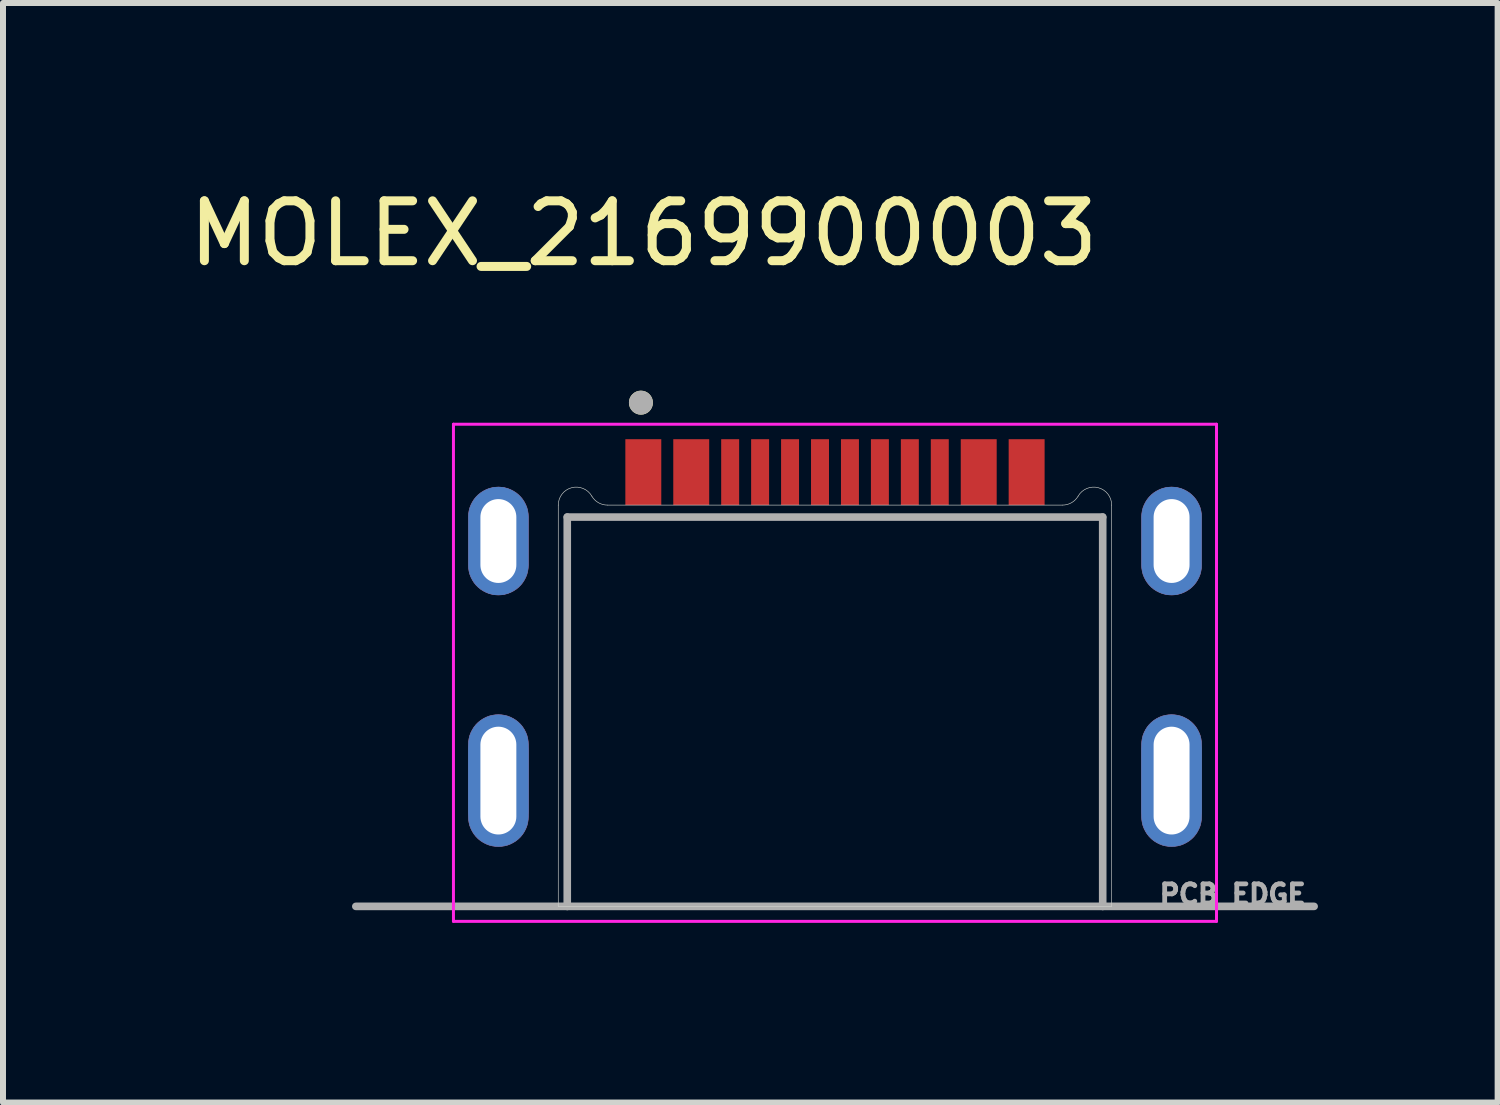
<source format=kicad_pcb>
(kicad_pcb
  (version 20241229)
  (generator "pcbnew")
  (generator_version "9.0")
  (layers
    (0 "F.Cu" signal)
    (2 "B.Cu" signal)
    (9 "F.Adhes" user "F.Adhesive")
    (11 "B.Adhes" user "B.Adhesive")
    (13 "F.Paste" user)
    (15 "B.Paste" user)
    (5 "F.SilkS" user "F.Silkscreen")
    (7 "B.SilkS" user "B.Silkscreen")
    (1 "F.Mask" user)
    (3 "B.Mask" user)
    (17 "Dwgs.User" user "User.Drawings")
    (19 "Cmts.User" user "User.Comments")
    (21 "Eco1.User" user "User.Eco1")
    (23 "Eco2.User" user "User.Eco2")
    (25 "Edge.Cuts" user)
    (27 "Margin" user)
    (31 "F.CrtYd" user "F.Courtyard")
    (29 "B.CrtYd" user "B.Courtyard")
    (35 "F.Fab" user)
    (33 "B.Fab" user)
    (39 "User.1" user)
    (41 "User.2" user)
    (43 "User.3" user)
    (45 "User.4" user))
  (footprint "MOLEX_2169900003"
    (layer "F.Cu")
    (at 10.891 9.983)
    (property "Reference" "MOLEX_2169900003" (at -3.195 -9.135 0) (layer "F.SilkS") (effects (font (size 1 1) (thickness 0.15))))
    (attr smd)
    (fp_poly (pts (xy -6.12 -0.6) (xy -6.12 0.6) (xy -6.117 0.652) (xy -6.109 0.704) (xy -6.096 0.755) (xy -6.077 0.803) (xy -6.053 0.85) (xy -6.025 0.894) (xy -5.992 0.935) (xy -5.955 0.972) (xy -5.914 1.005) (xy -5.87 1.033) (xy -5.823 1.057) (xy -5.775 1.076) (xy -5.724 1.089) (xy -5.672 1.097) (xy -5.62 1.1) (xy -5.568 1.097) (xy -5.516 1.089) (xy -5.465 1.076) (xy -5.417 1.057) (xy -5.37 1.033) (xy -5.326 1.005) (xy -5.285 0.972) (xy -5.248 0.935) (xy -5.215 0.894) (xy -5.187 0.85) (xy -5.163 0.803) (xy -5.144 0.755) (xy -5.131 0.704) (xy -5.123 0.652) (xy -5.12 0.6) (xy -5.12 -0.6) (xy -5.123 -0.652) (xy -5.131 -0.704) (xy -5.144 -0.755) (xy -5.163 -0.803) (xy -5.187 -0.85) (xy -5.215 -0.894) (xy -5.248 -0.935) (xy -5.285 -0.972) (xy -5.326 -1.005) (xy -5.37 -1.033) (xy -5.417 -1.057) (xy -5.465 -1.076) (xy -5.516 -1.089) (xy -5.568 -1.097) (xy -5.62 -1.1) (xy -5.672 -1.097) (xy -5.724 -1.089) (xy -5.775 -1.076) (xy -5.823 -1.057) (xy -5.87 -1.033) (xy -5.914 -1.005) (xy -5.955 -0.972) (xy -5.992 -0.935) (xy -6.025 -0.894) (xy -6.053 -0.85) (xy -6.077 -0.803) (xy -6.096 -0.755) (xy -6.109 -0.704) (xy -6.117 -0.652) (xy -6.12 -0.6)) (stroke (width 0.01) (type solid)) (fill yes) (layer "F.Cu"))
    (fp_poly (pts (xy -5.12 -3.6) (xy -5.123 -3.548) (xy -5.131 -3.496) (xy -5.144 -3.445) (xy -5.163 -3.397) (xy -5.187 -3.35) (xy -5.215 -3.306) (xy -5.248 -3.265) (xy -5.285 -3.228) (xy -5.326 -3.195) (xy -5.37 -3.167) (xy -5.417 -3.143) (xy -5.465 -3.124) (xy -5.516 -3.111) (xy -5.568 -3.103) (xy -5.62 -3.1) (xy -5.672 -3.103) (xy -5.724 -3.111) (xy -5.775 -3.124) (xy -5.823 -3.143) (xy -5.87 -3.167) (xy -5.914 -3.195) (xy -5.955 -3.228) (xy -5.992 -3.265) (xy -6.025 -3.306) (xy -6.053 -3.35) (xy -6.077 -3.397) (xy -6.096 -3.445) (xy -6.109 -3.496) (xy -6.117 -3.548) (xy -6.12 -3.6) (xy -6.12 -4.4) (xy -6.117 -4.452) (xy -6.109 -4.504) (xy -6.096 -4.555) (xy -6.077 -4.603) (xy -6.053 -4.65) (xy -6.025 -4.694) (xy -5.992 -4.735) (xy -5.955 -4.772) (xy -5.914 -4.805) (xy -5.87 -4.833) (xy -5.823 -4.857) (xy -5.775 -4.876) (xy -5.724 -4.889) (xy -5.672 -4.897) (xy -5.62 -4.9) (xy -5.568 -4.897) (xy -5.516 -4.889) (xy -5.465 -4.876) (xy -5.417 -4.857) (xy -5.37 -4.833) (xy -5.326 -4.805) (xy -5.285 -4.772) (xy -5.248 -4.735) (xy -5.215 -4.694) (xy -5.187 -4.65) (xy -5.163 -4.603) (xy -5.144 -4.555) (xy -5.131 -4.504) (xy -5.123 -4.452) (xy -5.12 -4.4) (xy -5.12 -3.6)) (stroke (width 0.01) (type solid)) (fill yes) (layer "F.Cu"))
    (fp_poly (pts (xy 5.12 -4.4) (xy 5.12 -3.6) (xy 5.123 -3.548) (xy 5.131 -3.496) (xy 5.144 -3.445) (xy 5.163 -3.397) (xy 5.187 -3.35) (xy 5.215 -3.306) (xy 5.248 -3.265) (xy 5.285 -3.228) (xy 5.326 -3.195) (xy 5.37 -3.167) (xy 5.417 -3.143) (xy 5.465 -3.124) (xy 5.516 -3.111) (xy 5.568 -3.103) (xy 5.62 -3.1) (xy 5.672 -3.103) (xy 5.724 -3.111) (xy 5.775 -3.124) (xy 5.823 -3.143) (xy 5.87 -3.167) (xy 5.914 -3.195) (xy 5.955 -3.228) (xy 5.992 -3.265) (xy 6.025 -3.306) (xy 6.053 -3.35) (xy 6.077 -3.397) (xy 6.096 -3.445) (xy 6.109 -3.496) (xy 6.117 -3.548) (xy 6.12 -3.6) (xy 6.12 -4.4) (xy 6.117 -4.452) (xy 6.109 -4.504) (xy 6.096 -4.555) (xy 6.077 -4.603) (xy 6.053 -4.65) (xy 6.025 -4.694) (xy 5.992 -4.735) (xy 5.955 -4.772) (xy 5.914 -4.805) (xy 5.87 -4.833) (xy 5.823 -4.857) (xy 5.775 -4.876) (xy 5.724 -4.889) (xy 5.672 -4.897) (xy 5.62 -4.9) (xy 5.568 -4.897) (xy 5.516 -4.889) (xy 5.465 -4.876) (xy 5.417 -4.857) (xy 5.37 -4.833) (xy 5.326 -4.805) (xy 5.285 -4.772) (xy 5.248 -4.735) (xy 5.215 -4.694) (xy 5.187 -4.65) (xy 5.163 -4.603) (xy 5.144 -4.555) (xy 5.131 -4.504) (xy 5.123 -4.452) (xy 5.12 -4.4)) (stroke (width 0.01) (type solid)) (fill yes) (layer "F.Cu"))
    (fp_poly (pts (xy 5.12 -0.6) (xy 5.12 0.6) (xy 5.123 0.652) (xy 5.131 0.704) (xy 5.144 0.755) (xy 5.163 0.803) (xy 5.187 0.85) (xy 5.215 0.894) (xy 5.248 0.935) (xy 5.285 0.972) (xy 5.326 1.005) (xy 5.37 1.033) (xy 5.417 1.057) (xy 5.465 1.076) (xy 5.516 1.089) (xy 5.568 1.097) (xy 5.62 1.1) (xy 5.672 1.097) (xy 5.724 1.089) (xy 5.775 1.076) (xy 5.823 1.057) (xy 5.87 1.033) (xy 5.914 1.005) (xy 5.955 0.972) (xy 5.992 0.935) (xy 6.025 0.894) (xy 6.053 0.85) (xy 6.077 0.803) (xy 6.096 0.755) (xy 6.109 0.704) (xy 6.117 0.652) (xy 6.12 0.6) (xy 6.12 -0.6) (xy 6.117 -0.652) (xy 6.109 -0.704) (xy 6.096 -0.755) (xy 6.077 -0.803) (xy 6.053 -0.85) (xy 6.025 -0.894) (xy 5.992 -0.935) (xy 5.955 -0.972) (xy 5.914 -1.005) (xy 5.87 -1.033) (xy 5.823 -1.057) (xy 5.775 -1.076) (xy 5.724 -1.089) (xy 5.672 -1.097) (xy 5.62 -1.1) (xy 5.568 -1.097) (xy 5.516 -1.089) (xy 5.465 -1.076) (xy 5.417 -1.057) (xy 5.37 -1.033) (xy 5.326 -1.005) (xy 5.285 -0.972) (xy 5.248 -0.935) (xy 5.215 -0.894) (xy 5.187 -0.85) (xy 5.163 -0.803) (xy 5.144 -0.755) (xy 5.131 -0.704) (xy 5.123 -0.652) (xy 5.12 -0.6)) (stroke (width 0.01) (type solid)) (fill yes) (layer "F.Cu"))
    (fp_poly (pts (xy -6.22 -4.4) (xy -6.22 -3.6) (xy -6.217 -3.537) (xy -6.207 -3.475) (xy -6.191 -3.415) (xy -6.168 -3.356) (xy -6.14 -3.3) (xy -6.105 -3.247) (xy -6.066 -3.199) (xy -6.021 -3.154) (xy -5.973 -3.115) (xy -5.92 -3.08) (xy -5.864 -3.052) (xy -5.805 -3.029) (xy -5.745 -3.013) (xy -5.683 -3.003) (xy -5.62 -3) (xy -5.557 -3.003) (xy -5.495 -3.013) (xy -5.435 -3.029) (xy -5.376 -3.052) (xy -5.32 -3.08) (xy -5.267 -3.115) (xy -5.219 -3.154) (xy -5.174 -3.199) (xy -5.135 -3.247) (xy -5.1 -3.3) (xy -5.072 -3.356) (xy -5.049 -3.415) (xy -5.033 -3.475) (xy -5.023 -3.537) (xy -5.02 -3.6) (xy -5.02 -4.4) (xy -5.023 -4.463) (xy -5.033 -4.525) (xy -5.049 -4.585) (xy -5.072 -4.644) (xy -5.1 -4.7) (xy -5.135 -4.753) (xy -5.174 -4.801) (xy -5.219 -4.846) (xy -5.267 -4.885) (xy -5.32 -4.92) (xy -5.376 -4.948) (xy -5.435 -4.971) (xy -5.495 -4.987) (xy -5.557 -4.997) (xy -5.62 -5) (xy -5.683 -4.997) (xy -5.745 -4.987) (xy -5.805 -4.971) (xy -5.864 -4.948) (xy -5.92 -4.92) (xy -5.973 -4.885) (xy -6.021 -4.846) (xy -6.066 -4.801) (xy -6.105 -4.753) (xy -6.14 -4.7) (xy -6.168 -4.644) (xy -6.191 -4.585) (xy -6.207 -4.525) (xy -6.217 -4.463) (xy -6.22 -4.4)) (stroke (width 0.01) (type solid)) (fill yes) (layer "F.Mask"))
    (fp_poly (pts (xy -5.02 0.6) (xy -5.023 0.663) (xy -5.033 0.725) (xy -5.049 0.785) (xy -5.072 0.844) (xy -5.1 0.9) (xy -5.135 0.953) (xy -5.174 1.001) (xy -5.219 1.046) (xy -5.267 1.085) (xy -5.32 1.12) (xy -5.376 1.148) (xy -5.435 1.171) (xy -5.495 1.187) (xy -5.557 1.197) (xy -5.62 1.2) (xy -5.683 1.197) (xy -5.745 1.187) (xy -5.805 1.171) (xy -5.864 1.148) (xy -5.92 1.12) (xy -5.973 1.085) (xy -6.021 1.046) (xy -6.066 1.001) (xy -6.105 0.953) (xy -6.14 0.9) (xy -6.168 0.844) (xy -6.191 0.785) (xy -6.207 0.725) (xy -6.217 0.663) (xy -6.22 0.6) (xy -6.22 -0.6) (xy -6.217 -0.663) (xy -6.207 -0.725) (xy -6.191 -0.785) (xy -6.168 -0.844) (xy -6.14 -0.9) (xy -6.105 -0.953) (xy -6.066 -1.001) (xy -6.021 -1.046) (xy -5.973 -1.085) (xy -5.92 -1.12) (xy -5.864 -1.148) (xy -5.805 -1.171) (xy -5.745 -1.187) (xy -5.683 -1.197) (xy -5.62 -1.2) (xy -5.557 -1.197) (xy -5.495 -1.187) (xy -5.435 -1.171) (xy -5.376 -1.148) (xy -5.32 -1.12) (xy -5.267 -1.085) (xy -5.219 -1.046) (xy -5.174 -1.001) (xy -5.135 -0.953) (xy -5.1 -0.9) (xy -5.072 -0.844) (xy -5.049 -0.785) (xy -5.033 -0.725) (xy -5.023 -0.663) (xy -5.02 -0.6) (xy -5.02 0.6)) (stroke (width 0.01) (type solid)) (fill yes) (layer "F.Mask"))
    (fp_poly (pts (xy 5.02 -0.6) (xy 5.02 0.6) (xy 5.023 0.663) (xy 5.033 0.725) (xy 5.049 0.785) (xy 5.072 0.844) (xy 5.1 0.9) (xy 5.135 0.953) (xy 5.174 1.001) (xy 5.219 1.046) (xy 5.267 1.085) (xy 5.32 1.12) (xy 5.376 1.148) (xy 5.435 1.171) (xy 5.495 1.187) (xy 5.557 1.197) (xy 5.62 1.2) (xy 5.683 1.197) (xy 5.745 1.187) (xy 5.805 1.171) (xy 5.864 1.148) (xy 5.92 1.12) (xy 5.973 1.085) (xy 6.021 1.046) (xy 6.066 1.001) (xy 6.105 0.953) (xy 6.14 0.9) (xy 6.168 0.844) (xy 6.191 0.785) (xy 6.207 0.725) (xy 6.217 0.663) (xy 6.22 0.6) (xy 6.22 -0.6) (xy 6.217 -0.663) (xy 6.207 -0.725) (xy 6.191 -0.785) (xy 6.168 -0.844) (xy 6.14 -0.9) (xy 6.105 -0.953) (xy 6.066 -1.001) (xy 6.021 -1.046) (xy 5.973 -1.085) (xy 5.92 -1.12) (xy 5.864 -1.148) (xy 5.805 -1.171) (xy 5.745 -1.187) (xy 5.683 -1.197) (xy 5.62 -1.2) (xy 5.557 -1.197) (xy 5.495 -1.187) (xy 5.435 -1.171) (xy 5.376 -1.148) (xy 5.32 -1.12) (xy 5.267 -1.085) (xy 5.219 -1.046) (xy 5.174 -1.001) (xy 5.135 -0.953) (xy 5.1 -0.9) (xy 5.072 -0.844) (xy 5.049 -0.785) (xy 5.033 -0.725) (xy 5.023 -0.663) (xy 5.02 -0.6)) (stroke (width 0.01) (type solid)) (fill yes) (layer "F.Mask"))
    (fp_poly (pts (xy 6.22 -3.6) (xy 6.217 -3.537) (xy 6.207 -3.475) (xy 6.191 -3.415) (xy 6.168 -3.356) (xy 6.14 -3.3) (xy 6.105 -3.247) (xy 6.066 -3.199) (xy 6.021 -3.154) (xy 5.973 -3.115) (xy 5.92 -3.08) (xy 5.864 -3.052) (xy 5.805 -3.029) (xy 5.745 -3.013) (xy 5.683 -3.003) (xy 5.62 -3) (xy 5.557 -3.003) (xy 5.495 -3.013) (xy 5.435 -3.029) (xy 5.376 -3.052) (xy 5.32 -3.08) (xy 5.267 -3.115) (xy 5.219 -3.154) (xy 5.174 -3.199) (xy 5.135 -3.247) (xy 5.1 -3.3) (xy 5.072 -3.356) (xy 5.049 -3.415) (xy 5.033 -3.475) (xy 5.023 -3.537) (xy 5.02 -3.6) (xy 5.02 -4.4) (xy 5.023 -4.463) (xy 5.033 -4.525) (xy 5.049 -4.585) (xy 5.072 -4.644) (xy 5.1 -4.7) (xy 5.135 -4.753) (xy 5.174 -4.801) (xy 5.219 -4.846) (xy 5.267 -4.885) (xy 5.32 -4.92) (xy 5.376 -4.948) (xy 5.435 -4.971) (xy 5.495 -4.987) (xy 5.557 -4.997) (xy 5.62 -5) (xy 5.683 -4.997) (xy 5.745 -4.987) (xy 5.805 -4.971) (xy 5.864 -4.948) (xy 5.92 -4.92) (xy 5.973 -4.885) (xy 6.021 -4.846) (xy 6.066 -4.801) (xy 6.105 -4.753) (xy 6.14 -4.7) (xy 6.168 -4.644) (xy 6.191 -4.585) (xy 6.207 -4.525) (xy 6.217 -4.463) (xy 6.22 -4.4) (xy 6.22 -3.6)) (stroke (width 0.01) (type solid)) (fill yes) (layer "F.Mask"))
    (fp_poly (pts (xy -6.12 -0.6) (xy -6.12 0.6) (xy -6.117 0.652) (xy -6.109 0.704) (xy -6.096 0.755) (xy -6.077 0.803) (xy -6.053 0.85) (xy -6.025 0.894) (xy -5.992 0.935) (xy -5.955 0.972) (xy -5.914 1.005) (xy -5.87 1.033) (xy -5.823 1.057) (xy -5.775 1.076) (xy -5.724 1.089) (xy -5.672 1.097) (xy -5.62 1.1) (xy -5.568 1.097) (xy -5.516 1.089) (xy -5.465 1.076) (xy -5.417 1.057) (xy -5.37 1.033) (xy -5.326 1.005) (xy -5.285 0.972) (xy -5.248 0.935) (xy -5.215 0.894) (xy -5.187 0.85) (xy -5.163 0.803) (xy -5.144 0.755) (xy -5.131 0.704) (xy -5.123 0.652) (xy -5.12 0.6) (xy -5.12 -0.6) (xy -5.123 -0.652) (xy -5.131 -0.704) (xy -5.144 -0.755) (xy -5.163 -0.803) (xy -5.187 -0.85) (xy -5.215 -0.894) (xy -5.248 -0.935) (xy -5.285 -0.972) (xy -5.326 -1.005) (xy -5.37 -1.033) (xy -5.417 -1.057) (xy -5.465 -1.076) (xy -5.516 -1.089) (xy -5.568 -1.097) (xy -5.62 -1.1) (xy -5.672 -1.097) (xy -5.724 -1.089) (xy -5.775 -1.076) (xy -5.823 -1.057) (xy -5.87 -1.033) (xy -5.914 -1.005) (xy -5.955 -0.972) (xy -5.992 -0.935) (xy -6.025 -0.894) (xy -6.053 -0.85) (xy -6.077 -0.803) (xy -6.096 -0.755) (xy -6.109 -0.704) (xy -6.117 -0.652) (xy -6.12 -0.6)) (stroke (width 0.01) (type solid)) (fill yes) (layer "B.Cu"))
    (fp_poly (pts (xy -5.12 -3.6) (xy -5.123 -3.548) (xy -5.131 -3.496) (xy -5.144 -3.445) (xy -5.163 -3.397) (xy -5.187 -3.35) (xy -5.215 -3.306) (xy -5.248 -3.265) (xy -5.285 -3.228) (xy -5.326 -3.195) (xy -5.37 -3.167) (xy -5.417 -3.143) (xy -5.465 -3.124) (xy -5.516 -3.111) (xy -5.568 -3.103) (xy -5.62 -3.1) (xy -5.672 -3.103) (xy -5.724 -3.111) (xy -5.775 -3.124) (xy -5.823 -3.143) (xy -5.87 -3.167) (xy -5.914 -3.195) (xy -5.955 -3.228) (xy -5.992 -3.265) (xy -6.025 -3.306) (xy -6.053 -3.35) (xy -6.077 -3.397) (xy -6.096 -3.445) (xy -6.109 -3.496) (xy -6.117 -3.548) (xy -6.12 -3.6) (xy -6.12 -4.4) (xy -6.117 -4.452) (xy -6.109 -4.504) (xy -6.096 -4.555) (xy -6.077 -4.603) (xy -6.053 -4.65) (xy -6.025 -4.694) (xy -5.992 -4.735) (xy -5.955 -4.772) (xy -5.914 -4.805) (xy -5.87 -4.833) (xy -5.823 -4.857) (xy -5.775 -4.876) (xy -5.724 -4.889) (xy -5.672 -4.897) (xy -5.62 -4.9) (xy -5.568 -4.897) (xy -5.516 -4.889) (xy -5.465 -4.876) (xy -5.417 -4.857) (xy -5.37 -4.833) (xy -5.326 -4.805) (xy -5.285 -4.772) (xy -5.248 -4.735) (xy -5.215 -4.694) (xy -5.187 -4.65) (xy -5.163 -4.603) (xy -5.144 -4.555) (xy -5.131 -4.504) (xy -5.123 -4.452) (xy -5.12 -4.4) (xy -5.12 -3.6)) (stroke (width 0.01) (type solid)) (fill yes) (layer "B.Cu"))
    (fp_poly (pts (xy 5.12 -4.4) (xy 5.12 -3.6) (xy 5.123 -3.548) (xy 5.131 -3.496) (xy 5.144 -3.445) (xy 5.163 -3.397) (xy 5.187 -3.35) (xy 5.215 -3.306) (xy 5.248 -3.265) (xy 5.285 -3.228) (xy 5.326 -3.195) (xy 5.37 -3.167) (xy 5.417 -3.143) (xy 5.465 -3.124) (xy 5.516 -3.111) (xy 5.568 -3.103) (xy 5.62 -3.1) (xy 5.672 -3.103) (xy 5.724 -3.111) (xy 5.775 -3.124) (xy 5.823 -3.143) (xy 5.87 -3.167) (xy 5.914 -3.195) (xy 5.955 -3.228) (xy 5.992 -3.265) (xy 6.025 -3.306) (xy 6.053 -3.35) (xy 6.077 -3.397) (xy 6.096 -3.445) (xy 6.109 -3.496) (xy 6.117 -3.548) (xy 6.12 -3.6) (xy 6.12 -4.4) (xy 6.117 -4.452) (xy 6.109 -4.504) (xy 6.096 -4.555) (xy 6.077 -4.603) (xy 6.053 -4.65) (xy 6.025 -4.694) (xy 5.992 -4.735) (xy 5.955 -4.772) (xy 5.914 -4.805) (xy 5.87 -4.833) (xy 5.823 -4.857) (xy 5.775 -4.876) (xy 5.724 -4.889) (xy 5.672 -4.897) (xy 5.62 -4.9) (xy 5.568 -4.897) (xy 5.516 -4.889) (xy 5.465 -4.876) (xy 5.417 -4.857) (xy 5.37 -4.833) (xy 5.326 -4.805) (xy 5.285 -4.772) (xy 5.248 -4.735) (xy 5.215 -4.694) (xy 5.187 -4.65) (xy 5.163 -4.603) (xy 5.144 -4.555) (xy 5.131 -4.504) (xy 5.123 -4.452) (xy 5.12 -4.4)) (stroke (width 0.01) (type solid)) (fill yes) (layer "B.Cu"))
    (fp_poly (pts (xy 5.12 -0.6) (xy 5.12 0.6) (xy 5.123 0.652) (xy 5.131 0.704) (xy 5.144 0.755) (xy 5.163 0.803) (xy 5.187 0.85) (xy 5.215 0.894) (xy 5.248 0.935) (xy 5.285 0.972) (xy 5.326 1.005) (xy 5.37 1.033) (xy 5.417 1.057) (xy 5.465 1.076) (xy 5.516 1.089) (xy 5.568 1.097) (xy 5.62 1.1) (xy 5.672 1.097) (xy 5.724 1.089) (xy 5.775 1.076) (xy 5.823 1.057) (xy 5.87 1.033) (xy 5.914 1.005) (xy 5.955 0.972) (xy 5.992 0.935) (xy 6.025 0.894) (xy 6.053 0.85) (xy 6.077 0.803) (xy 6.096 0.755) (xy 6.109 0.704) (xy 6.117 0.652) (xy 6.12 0.6) (xy 6.12 -0.6) (xy 6.117 -0.652) (xy 6.109 -0.704) (xy 6.096 -0.755) (xy 6.077 -0.803) (xy 6.053 -0.85) (xy 6.025 -0.894) (xy 5.992 -0.935) (xy 5.955 -0.972) (xy 5.914 -1.005) (xy 5.87 -1.033) (xy 5.823 -1.057) (xy 5.775 -1.076) (xy 5.724 -1.089) (xy 5.672 -1.097) (xy 5.62 -1.1) (xy 5.568 -1.097) (xy 5.516 -1.089) (xy 5.465 -1.076) (xy 5.417 -1.057) (xy 5.37 -1.033) (xy 5.326 -1.005) (xy 5.285 -0.972) (xy 5.248 -0.935) (xy 5.215 -0.894) (xy 5.187 -0.85) (xy 5.163 -0.803) (xy 5.144 -0.755) (xy 5.131 -0.704) (xy 5.123 -0.652) (xy 5.12 -0.6)) (stroke (width 0.01) (type solid)) (fill yes) (layer "B.Cu"))
    (fp_poly (pts (xy -6.22 -4.4) (xy -6.22 -3.6) (xy -6.217 -3.537) (xy -6.207 -3.475) (xy -6.191 -3.415) (xy -6.168 -3.356) (xy -6.14 -3.3) (xy -6.105 -3.247) (xy -6.066 -3.199) (xy -6.021 -3.154) (xy -5.973 -3.115) (xy -5.92 -3.08) (xy -5.864 -3.052) (xy -5.805 -3.029) (xy -5.745 -3.013) (xy -5.683 -3.003) (xy -5.62 -3) (xy -5.557 -3.003) (xy -5.495 -3.013) (xy -5.435 -3.029) (xy -5.376 -3.052) (xy -5.32 -3.08) (xy -5.267 -3.115) (xy -5.219 -3.154) (xy -5.174 -3.199) (xy -5.135 -3.247) (xy -5.1 -3.3) (xy -5.072 -3.356) (xy -5.049 -3.415) (xy -5.033 -3.475) (xy -5.023 -3.537) (xy -5.02 -3.6) (xy -5.02 -4.4) (xy -5.023 -4.463) (xy -5.033 -4.525) (xy -5.049 -4.585) (xy -5.072 -4.644) (xy -5.1 -4.7) (xy -5.135 -4.753) (xy -5.174 -4.801) (xy -5.219 -4.846) (xy -5.267 -4.885) (xy -5.32 -4.92) (xy -5.376 -4.948) (xy -5.435 -4.971) (xy -5.495 -4.987) (xy -5.557 -4.997) (xy -5.62 -5) (xy -5.683 -4.997) (xy -5.745 -4.987) (xy -5.805 -4.971) (xy -5.864 -4.948) (xy -5.92 -4.92) (xy -5.973 -4.885) (xy -6.021 -4.846) (xy -6.066 -4.801) (xy -6.105 -4.753) (xy -6.14 -4.7) (xy -6.168 -4.644) (xy -6.191 -4.585) (xy -6.207 -4.525) (xy -6.217 -4.463) (xy -6.22 -4.4)) (stroke (width 0.01) (type solid)) (fill yes) (layer "B.Mask"))
    (fp_poly (pts (xy -5.02 0.6) (xy -5.023 0.663) (xy -5.033 0.725) (xy -5.049 0.785) (xy -5.072 0.844) (xy -5.1 0.9) (xy -5.135 0.953) (xy -5.174 1.001) (xy -5.219 1.046) (xy -5.267 1.085) (xy -5.32 1.12) (xy -5.376 1.148) (xy -5.435 1.171) (xy -5.495 1.187) (xy -5.557 1.197) (xy -5.62 1.2) (xy -5.683 1.197) (xy -5.745 1.187) (xy -5.805 1.171) (xy -5.864 1.148) (xy -5.92 1.12) (xy -5.973 1.085) (xy -6.021 1.046) (xy -6.066 1.001) (xy -6.105 0.953) (xy -6.14 0.9) (xy -6.168 0.844) (xy -6.191 0.785) (xy -6.207 0.725) (xy -6.217 0.663) (xy -6.22 0.6) (xy -6.22 -0.6) (xy -6.217 -0.663) (xy -6.207 -0.725) (xy -6.191 -0.785) (xy -6.168 -0.844) (xy -6.14 -0.9) (xy -6.105 -0.953) (xy -6.066 -1.001) (xy -6.021 -1.046) (xy -5.973 -1.085) (xy -5.92 -1.12) (xy -5.864 -1.148) (xy -5.805 -1.171) (xy -5.745 -1.187) (xy -5.683 -1.197) (xy -5.62 -1.2) (xy -5.557 -1.197) (xy -5.495 -1.187) (xy -5.435 -1.171) (xy -5.376 -1.148) (xy -5.32 -1.12) (xy -5.267 -1.085) (xy -5.219 -1.046) (xy -5.174 -1.001) (xy -5.135 -0.953) (xy -5.1 -0.9) (xy -5.072 -0.844) (xy -5.049 -0.785) (xy -5.033 -0.725) (xy -5.023 -0.663) (xy -5.02 -0.6) (xy -5.02 0.6)) (stroke (width 0.01) (type solid)) (fill yes) (layer "B.Mask"))
    (fp_poly (pts (xy 5.02 -0.6) (xy 5.02 0.6) (xy 5.023 0.663) (xy 5.033 0.725) (xy 5.049 0.785) (xy 5.072 0.844) (xy 5.1 0.9) (xy 5.135 0.953) (xy 5.174 1.001) (xy 5.219 1.046) (xy 5.267 1.085) (xy 5.32 1.12) (xy 5.376 1.148) (xy 5.435 1.171) (xy 5.495 1.187) (xy 5.557 1.197) (xy 5.62 1.2) (xy 5.683 1.197) (xy 5.745 1.187) (xy 5.805 1.171) (xy 5.864 1.148) (xy 5.92 1.12) (xy 5.973 1.085) (xy 6.021 1.046) (xy 6.066 1.001) (xy 6.105 0.953) (xy 6.14 0.9) (xy 6.168 0.844) (xy 6.191 0.785) (xy 6.207 0.725) (xy 6.217 0.663) (xy 6.22 0.6) (xy 6.22 -0.6) (xy 6.217 -0.663) (xy 6.207 -0.725) (xy 6.191 -0.785) (xy 6.168 -0.844) (xy 6.14 -0.9) (xy 6.105 -0.953) (xy 6.066 -1.001) (xy 6.021 -1.046) (xy 5.973 -1.085) (xy 5.92 -1.12) (xy 5.864 -1.148) (xy 5.805 -1.171) (xy 5.745 -1.187) (xy 5.683 -1.197) (xy 5.62 -1.2) (xy 5.557 -1.197) (xy 5.495 -1.187) (xy 5.435 -1.171) (xy 5.376 -1.148) (xy 5.32 -1.12) (xy 5.267 -1.085) (xy 5.219 -1.046) (xy 5.174 -1.001) (xy 5.135 -0.953) (xy 5.1 -0.9) (xy 5.072 -0.844) (xy 5.049 -0.785) (xy 5.033 -0.725) (xy 5.023 -0.663) (xy 5.02 -0.6)) (stroke (width 0.01) (type solid)) (fill yes) (layer "B.Mask"))
    (fp_poly (pts (xy 6.22 -3.6) (xy 6.217 -3.537) (xy 6.207 -3.475) (xy 6.191 -3.415) (xy 6.168 -3.356) (xy 6.14 -3.3) (xy 6.105 -3.247) (xy 6.066 -3.199) (xy 6.021 -3.154) (xy 5.973 -3.115) (xy 5.92 -3.08) (xy 5.864 -3.052) (xy 5.805 -3.029) (xy 5.745 -3.013) (xy 5.683 -3.003) (xy 5.62 -3) (xy 5.557 -3.003) (xy 5.495 -3.013) (xy 5.435 -3.029) (xy 5.376 -3.052) (xy 5.32 -3.08) (xy 5.267 -3.115) (xy 5.219 -3.154) (xy 5.174 -3.199) (xy 5.135 -3.247) (xy 5.1 -3.3) (xy 5.072 -3.356) (xy 5.049 -3.415) (xy 5.033 -3.475) (xy 5.023 -3.537) (xy 5.02 -3.6) (xy 5.02 -4.4) (xy 5.023 -4.463) (xy 5.033 -4.525) (xy 5.049 -4.585) (xy 5.072 -4.644) (xy 5.1 -4.7) (xy 5.135 -4.753) (xy 5.174 -4.801) (xy 5.219 -4.846) (xy 5.267 -4.885) (xy 5.32 -4.92) (xy 5.376 -4.948) (xy 5.435 -4.971) (xy 5.495 -4.987) (xy 5.557 -4.997) (xy 5.62 -5) (xy 5.683 -4.997) (xy 5.745 -4.987) (xy 5.805 -4.971) (xy 5.864 -4.948) (xy 5.92 -4.92) (xy 5.973 -4.885) (xy 6.021 -4.846) (xy 6.066 -4.801) (xy 6.105 -4.753) (xy 6.14 -4.7) (xy 6.168 -4.644) (xy 6.191 -4.585) (xy 6.207 -4.525) (xy 6.217 -4.463) (xy 6.22 -4.4) (xy 6.22 -3.6)) (stroke (width 0.01) (type solid)) (fill yes) (layer "B.Mask"))
    (fp_circle (center -3.24 -6.31) (end -3.14 -6.31) (stroke (width 0.2) (type solid)) (fill no) (layer "F.SilkS"))
    (fp_line (start -4.62 2.1) (end -4.62 -4.6) (stroke (width 0.01) (type solid)) (layer "Edge.Cuts"))
    (fp_line (start -4.62 2.1) (end 4.62 2.1) (stroke (width 0.01) (type solid)) (layer "Edge.Cuts"))
    (fp_line (start -3.8 -4.6) (end 3.8 -4.6) (stroke (width 0.01) (type solid)) (layer "Edge.Cuts"))
    (fp_line (start 4.62 2.1) (end 4.62 -4.6) (stroke (width 0.01) (type solid)) (layer "Edge.Cuts"))
    (fp_arc (start -4.62 -4.6) (mid -4.397645 -4.889779) (end -4.060191 -4.750001) (stroke (width 0.01) (type solid)) (layer "Edge.Cuts"))
    (fp_arc (start -3.80038 -4.6) (mid -3.950382 -4.640191) (end -4.060191 -4.75) (stroke (width 0.01) (type solid)) (layer "Edge.Cuts"))
    (fp_arc (start 4.06019 -4.75) (mid 3.950381 -4.640192) (end 3.80038 -4.6) (stroke (width 0.01) (type solid)) (layer "Edge.Cuts"))
    (fp_arc (start 4.06019 -4.75) (mid 4.397644 -4.889779) (end 4.62 -4.600001) (stroke (width 0.01) (type solid)) (layer "Edge.Cuts"))
    (fp_line (start -6.37 -5.95) (end -6.37 2.35) (stroke (width 0.05) (type solid)) (layer "F.CrtYd"))
    (fp_line (start -6.37 2.35) (end 6.37 2.35) (stroke (width 0.05) (type solid)) (layer "F.CrtYd"))
    (fp_line (start 6.37 -5.95) (end -6.37 -5.95) (stroke (width 0.05) (type solid)) (layer "F.CrtYd"))
    (fp_line (start 6.37 2.35) (end 6.37 -5.95) (stroke (width 0.05) (type solid)) (layer "F.CrtYd"))
    (fp_line (start -4.47 -4.4) (end 4.47 -4.4) (stroke (width 0.127) (type solid)) (layer "F.Fab"))
    (fp_line (start -4.47 2.1) (end -8 2.1) (stroke (width 0.127) (type solid)) (layer "F.Fab"))
    (fp_line (start -4.47 2.1) (end -4.47 -4.4) (stroke (width 0.127) (type solid)) (layer "F.Fab"))
    (fp_line (start -4.47 2.1) (end 4.47 2.1) (stroke (width 0.127) (type solid)) (layer "F.Fab"))
    (fp_line (start 4.47 -4.4) (end 4.47 2.1) (stroke (width 0.127) (type solid)) (layer "F.Fab"))
    (fp_line (start 4.47 2.1) (end 8 2.1) (stroke (width 0.127) (type solid)) (layer "F.Fab"))
    (fp_circle (center -3.24 -6.31) (end -3.14 -6.31) (stroke (width 0.2) (type solid)) (fill no) (layer "F.Fab"))
    (fp_text user "PCB EDGE" (at 6.64 1.9 0) (layer "F.Fab") (effects (font (size 0.32 0.32) (thickness 0.08))))
    (pad "A1_B12" smd rect (at -3.2 -5.15) (size 0.6 1.1) (layers "F.Cu" "F.Mask" "F.Paste"))
    (pad "A4_B9" smd rect (at -2.4 -5.15) (size 0.6 1.1) (layers "F.Cu" "F.Mask" "F.Paste"))
    (pad "A5" smd rect (at -1.25 -5.15) (size 0.3 1.1) (layers "F.Cu" "F.Mask" "F.Paste"))
    (pad "A6" smd rect (at -0.25 -5.15) (size 0.3 1.1) (layers "F.Cu" "F.Mask" "F.Paste"))
    (pad "A7" smd rect (at 0.25 -5.15) (size 0.3 1.1) (layers "F.Cu" "F.Mask" "F.Paste"))
    (pad "A8" smd rect (at 1.25 -5.15) (size 0.3 1.1) (layers "F.Cu" "F.Mask" "F.Paste"))
    (pad "B1_A12" smd rect (at 3.2 -5.15) (size 0.6 1.1) (layers "F.Cu" "F.Mask" "F.Paste"))
    (pad "B4_A9" smd rect (at 2.4 -5.15) (size 0.6 1.1) (layers "F.Cu" "F.Mask" "F.Paste"))
    (pad "B5" smd rect (at 1.75 -5.15) (size 0.3 1.1) (layers "F.Cu" "F.Mask" "F.Paste"))
    (pad "B6" smd rect (at 0.75 -5.15) (size 0.3 1.1) (layers "F.Cu" "F.Mask" "F.Paste"))
    (pad "B7" smd rect (at -0.75 -5.15) (size 0.3 1.1) (layers "F.Cu" "F.Mask" "F.Paste"))
    (pad "B8" smd rect (at -1.75 -5.15) (size 0.3 1.1) (layers "F.Cu" "F.Mask" "F.Paste"))
    (pad "S1" thru_hole oval (at -5.62 0) (size 1 2) (drill oval 0.6 1.8) (layers "*.Cu"))
    (pad "S2" thru_hole oval (at 5.62 0) (size 1 2) (drill oval 0.6 1.8) (layers "*.Cu"))
    (pad "S3" thru_hole oval (at -5.62 -4) (size 0.9 1.8) (drill oval 0.6 1.4) (layers "*.Cu"))
    (pad "S4" thru_hole oval (at 5.62 -4) (size 0.9 1.8) (drill oval 0.6 1.4) (layers "*.Cu")))
  (gr_rect
    (start -3 -3)
    (end 21.955 15.358)
    (stroke (width 0.1) (type default))
    (fill no)
    (layer "Edge.Cuts")))
</source>
